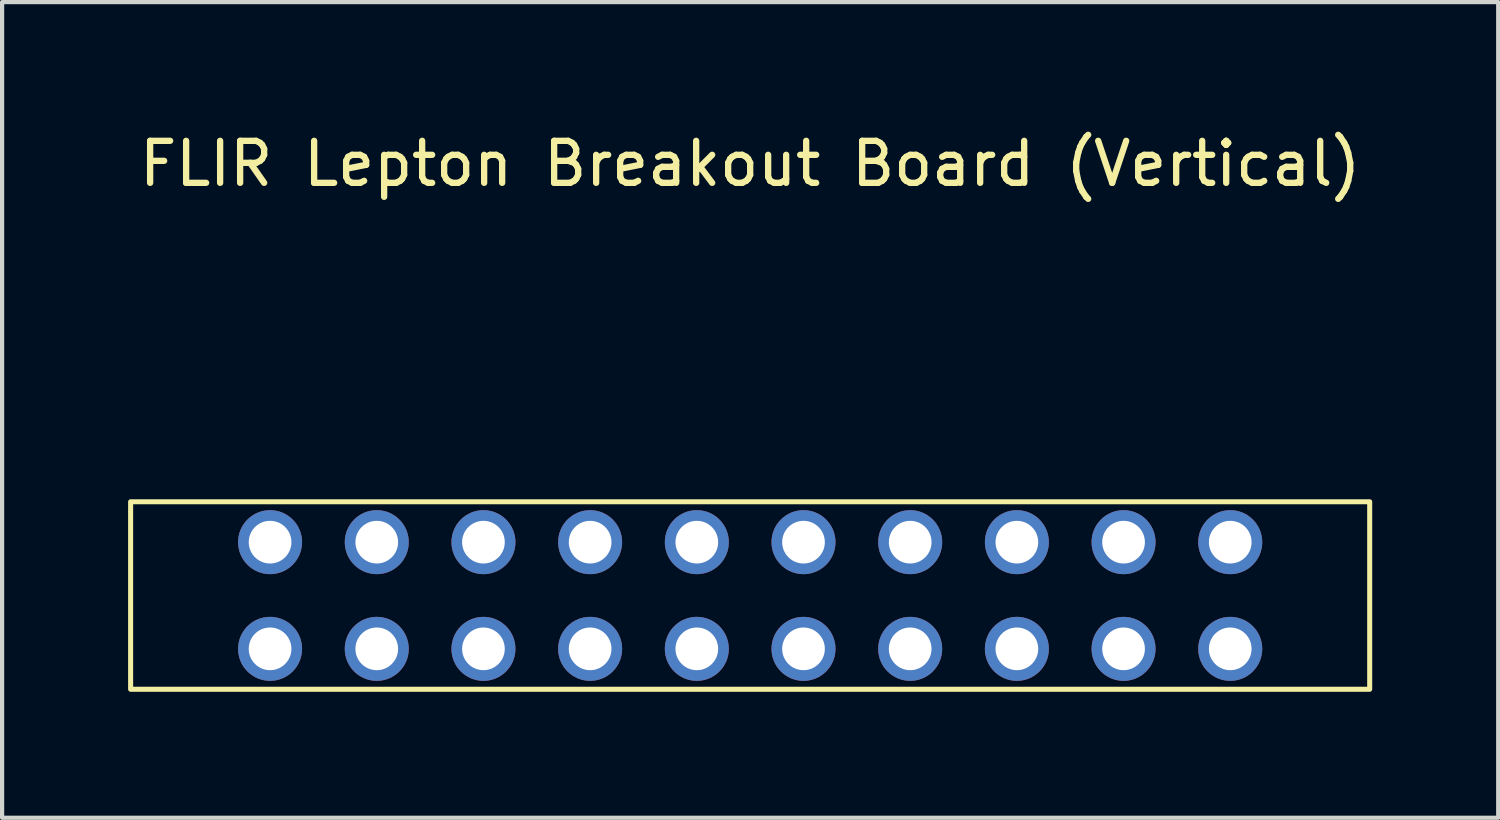
<source format=kicad_pcb>
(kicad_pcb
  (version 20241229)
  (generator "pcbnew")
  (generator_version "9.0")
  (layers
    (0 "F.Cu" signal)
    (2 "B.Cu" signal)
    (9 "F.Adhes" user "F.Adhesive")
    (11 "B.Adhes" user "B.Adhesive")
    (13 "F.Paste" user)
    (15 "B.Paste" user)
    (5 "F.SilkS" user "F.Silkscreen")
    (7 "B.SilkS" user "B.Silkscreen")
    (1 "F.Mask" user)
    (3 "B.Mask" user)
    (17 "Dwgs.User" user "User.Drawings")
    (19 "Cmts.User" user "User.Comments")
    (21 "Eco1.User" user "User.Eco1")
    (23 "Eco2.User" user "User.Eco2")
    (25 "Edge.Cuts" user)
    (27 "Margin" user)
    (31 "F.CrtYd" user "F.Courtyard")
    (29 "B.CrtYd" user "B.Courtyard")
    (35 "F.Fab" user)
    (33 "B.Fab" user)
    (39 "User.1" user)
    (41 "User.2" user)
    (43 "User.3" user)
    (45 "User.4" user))
  (footprint "FLIR Lepton Breakout Board (Vertical)"
    (layer "F.Cu")
    (at 14.81 11.128)
    (property "Reference" "FLIR Lepton Breakout Board (Vertical)" (at 0 -10.28 0) (unlocked yes) (layer "F.SilkS") (effects (font (size 1 1) (thickness 0.15))))
    (attr smd)
    (fp_rect (start -14.75 -2.232) (end 14.75 2.232) (stroke (width 0.12) (type solid)) (fill no) (layer "F.SilkS"))
    (pad "1" thru_hole circle (at -11.43 -1.27) (size 1.524 1.524) (drill 1.016) (layers "*.Cu" "*.Mask"))
    (pad "2" thru_hole circle (at -11.43 1.27) (size 1.524 1.524) (drill 1.016) (layers "*.Cu" "*.Mask"))
    (pad "3" thru_hole circle (at -8.89 -1.27) (size 1.524 1.524) (drill 1.016) (layers "*.Cu" "*.Mask"))
    (pad "4" thru_hole circle (at -8.89 1.27) (size 1.524 1.524) (drill 1.016) (layers "*.Cu" "*.Mask"))
    (pad "5" thru_hole circle (at -6.35 -1.27) (size 1.524 1.524) (drill 1.016) (layers "*.Cu" "*.Mask"))
    (pad "6" thru_hole circle (at -6.35 1.27) (size 1.524 1.524) (drill 1.016) (layers "*.Cu" "*.Mask"))
    (pad "7" thru_hole circle (at -3.81 -1.27) (size 1.524 1.524) (drill 1.016) (layers "*.Cu" "*.Mask"))
    (pad "8" thru_hole circle (at -3.81 1.27) (size 1.524 1.524) (drill 1.016) (layers "*.Cu" "*.Mask"))
    (pad "9" thru_hole circle (at -1.27 -1.27) (size 1.524 1.524) (drill 1.016) (layers "*.Cu" "*.Mask"))
    (pad "10" thru_hole circle (at -1.27 1.27) (size 1.524 1.524) (drill 1.016) (layers "*.Cu" "*.Mask"))
    (pad "11" thru_hole circle (at 1.27 -1.27) (size 1.524 1.524) (drill 1.016) (layers "*.Cu" "*.Mask"))
    (pad "12" thru_hole circle (at 1.27 1.27) (size 1.524 1.524) (drill 1.016) (layers "*.Cu" "*.Mask"))
    (pad "13" thru_hole circle (at 3.81 -1.27) (size 1.524 1.524) (drill 1.016) (layers "*.Cu" "*.Mask"))
    (pad "14" thru_hole circle (at 3.81 1.27) (size 1.524 1.524) (drill 1.016) (layers "*.Cu" "*.Mask"))
    (pad "15" thru_hole circle (at 6.35 -1.27) (size 1.524 1.524) (drill 1.016) (layers "*.Cu" "*.Mask"))
    (pad "16" thru_hole circle (at 6.35 1.27) (size 1.524 1.524) (drill 1.016) (layers "*.Cu" "*.Mask"))
    (pad "17" thru_hole circle (at 8.89 -1.27) (size 1.524 1.524) (drill 1.016) (layers "*.Cu" "*.Mask"))
    (pad "18" thru_hole circle (at 8.89 1.27) (size 1.524 1.524) (drill 1.016) (layers "*.Cu" "*.Mask"))
    (pad "19" thru_hole circle (at 11.43 -1.27) (size 1.524 1.524) (drill 1.016) (layers "*.Cu" "*.Mask"))
    (pad "20" thru_hole circle (at 11.43 1.27) (size 1.524 1.524) (drill 1.016) (layers "*.Cu" "*.Mask")))
  (gr_rect
    (start -3 -3)
    (end 32.62 16.42)
    (stroke (width 0.1) (type default))
    (fill no)
    (layer "Edge.Cuts")))
</source>
